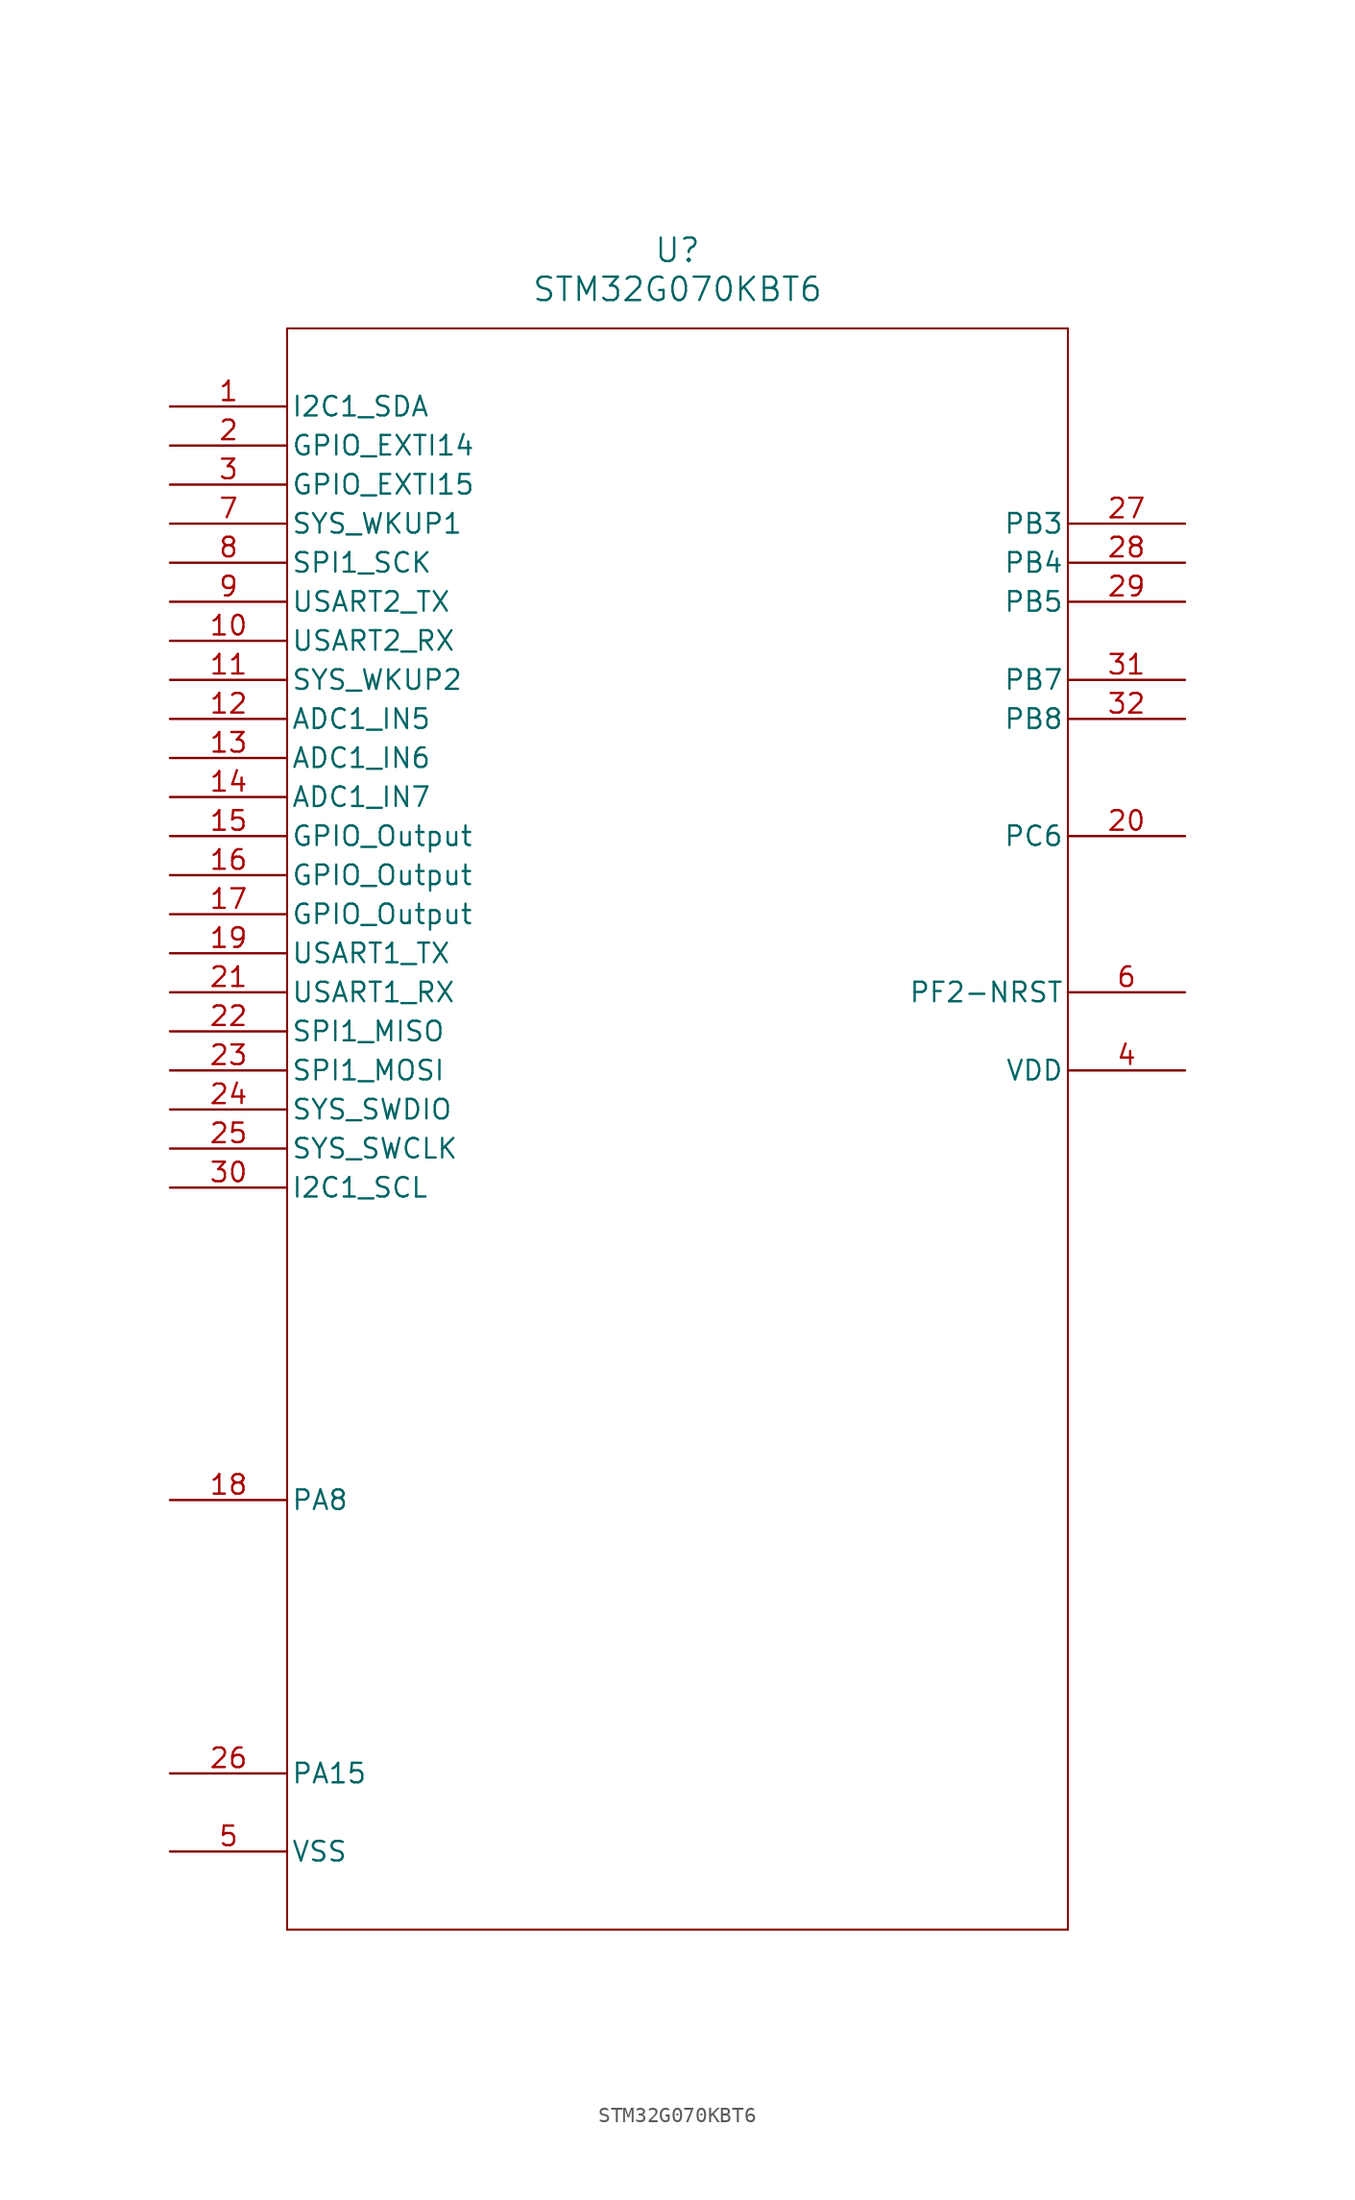
<source format=kicad_sym>
(kicad_symbol_lib
  (version 20211014)
  (generator kicad_symbol_editor)
  (symbol "STM32G070KBT6"
    (pin_names
      (offset 0.254))
    (property "Reference" "U"
      (at 33.02 10.16 0)
      (effects (font (size 1.524 1.524))))
    (property "Value" "STM32G070KBT6"
      (at 33.02 7.62 0)
      (effects (font (size 1.524 1.524))))
    (symbol "STM32G070KBT6_0_1"
      (polyline (pts (xy 7.62 5.08) (xy 7.62 -99.06)) (stroke (width .127) (type default) (color 0 0 0 0)) (fill (type none)))
      (polyline (pts (xy 7.62 -99.06) (xy 58.42 -99.06)) (stroke (width .127) (type default) (color 0 0 0 0)) (fill (type none)))
      (polyline (pts (xy 58.42 -99.06) (xy 58.42 5.08)) (stroke (width .127) (type default) (color 0 0 0 0)) (fill (type none)))
      (polyline (pts (xy 58.42 5.08) (xy 7.62 5.08)) (stroke (width .127) (type default) (color 0 0 0 0)) (fill (type none)))
      (pin unspecified line (at 0 0 0) (length 7.62) (name "I2C1_SDA" (effects (font (size 1.27 1.27)))) (number "1" (effects (font (size 1.27 1.27)))))
      (pin unspecified line (at 0 -2.54 0) (length 7.62) (name "GPIO_EXTI14" (effects (font (size 1.27 1.27)))) (number "2" (effects (font (size 1.27 1.27)))))
      (pin unspecified line (at 0 -5.08 0) (length 7.62) (name "GPIO_EXTI15" (effects (font (size 1.27 1.27)))) (number "3" (effects (font (size 1.27 1.27)))))
      (pin power_in line (at 66.04 -43.18 180) (length 7.62) (name "VDD" (effects (font (size 1.27 1.27)))) (number "4" (effects (font (size 1.27 1.27)))))
      (pin power_in line (at 0 -93.98 0) (length 7.62) (name "VSS" (effects (font (size 1.27 1.27)))) (number "5" (effects (font (size 1.27 1.27)))))
      (pin bidirectional line (at 66.04 -38.1 180) (length 7.62) (name "PF2-NRST" (effects (font (size 1.27 1.27)))) (number "6" (effects (font (size 1.27 1.27)))))
      (pin unspecified line (at 0 -7.62 0) (length 7.62) (name "SYS_WKUP1" (effects (font (size 1.27 1.27)))) (number "7" (effects (font (size 1.27 1.27)))))
      (pin unspecified line (at 0 -10.16 0) (length 7.62) (name "SPI1_SCK" (effects (font (size 1.27 1.27)))) (number "8" (effects (font (size 1.27 1.27)))))
      (pin unspecified line (at 0 -12.7 0) (length 7.62) (name "USART2_TX" (effects (font (size 1.27 1.27)))) (number "9" (effects (font (size 1.27 1.27)))))
      (pin unspecified line (at 0 -15.24 0) (length 7.62) (name "USART2_RX" (effects (font (size 1.27 1.27)))) (number "10" (effects (font (size 1.27 1.27)))))
      (pin unspecified line (at 0 -17.78 0) (length 7.62) (name "SYS_WKUP2" (effects (font (size 1.27 1.27)))) (number "11" (effects (font (size 1.27 1.27)))))
      (pin unspecified line (at 0 -20.32 0) (length 7.62) (name "ADC1_IN5" (effects (font (size 1.27 1.27)))) (number "12" (effects (font (size 1.27 1.27)))))
      (pin unspecified line (at 0 -22.86 0) (length 7.62) (name "ADC1_IN6" (effects (font (size 1.27 1.27)))) (number "13" (effects (font (size 1.27 1.27)))))
      (pin unspecified line (at 0 -25.4 0) (length 7.62) (name "ADC1_IN7" (effects (font (size 1.27 1.27)))) (number "14" (effects (font (size 1.27 1.27)))))
      (pin unspecified line (at 0 -27.94 0) (length 7.62) (name "GPIO_Output" (effects (font (size 1.27 1.27)))) (number "15" (effects (font (size 1.27 1.27)))))
      (pin unspecified line (at 0 -30.48 0) (length 7.62) (name "GPIO_Output" (effects (font (size 1.27 1.27)))) (number "16" (effects (font (size 1.27 1.27)))))
      (pin unspecified line (at 0 -33.02 0) (length 7.62) (name "GPIO_Output" (effects (font (size 1.27 1.27)))) (number "17" (effects (font (size 1.27 1.27)))))
      (pin bidirectional line (at 0 -71.12 0) (length 7.62) (name "PA8" (effects (font (size 1.27 1.27)))) (number "18" (effects (font (size 1.27 1.27)))))
      (pin unspecified line (at 0 -35.56 0) (length 7.62) (name "USART1_TX" (effects (font (size 1.27 1.27)))) (number "19" (effects (font (size 1.27 1.27)))))
      (pin bidirectional line (at 66.04 -27.94 180) (length 7.62) (name "PC6" (effects (font (size 1.27 1.27)))) (number "20" (effects (font (size 1.27 1.27)))))
      (pin unspecified line (at 0 -38.1 0) (length 7.62) (name "USART1_RX" (effects (font (size 1.27 1.27)))) (number "21" (effects (font (size 1.27 1.27)))))
      (pin unspecified line (at 0 -40.64 0) (length 7.62) (name "SPI1_MISO" (effects (font (size 1.27 1.27)))) (number "22" (effects (font (size 1.27 1.27)))))
      (pin unspecified line (at 0 -43.18 0) (length 7.62) (name "SPI1_MOSI" (effects (font (size 1.27 1.27)))) (number "23" (effects (font (size 1.27 1.27)))))
      (pin unspecified line (at 0 -45.72 0) (length 7.62) (name "SYS_SWDIO" (effects (font (size 1.27 1.27)))) (number "24" (effects (font (size 1.27 1.27)))))
      (pin unspecified line (at 0 -48.26 0) (length 7.62) (name "SYS_SWCLK" (effects (font (size 1.27 1.27)))) (number "25" (effects (font (size 1.27 1.27)))))
      (pin bidirectional line (at 0 -88.9 0) (length 7.62) (name "PA15" (effects (font (size 1.27 1.27)))) (number "26" (effects (font (size 1.27 1.27)))))
      (pin bidirectional line (at 66.04 -7.62 180) (length 7.62) (name "PB3" (effects (font (size 1.27 1.27)))) (number "27" (effects (font (size 1.27 1.27)))))
      (pin bidirectional line (at 66.04 -10.16 180) (length 7.62) (name "PB4" (effects (font (size 1.27 1.27)))) (number "28" (effects (font (size 1.27 1.27)))))
      (pin bidirectional line (at 66.04 -12.7 180) (length 7.62) (name "PB5" (effects (font (size 1.27 1.27)))) (number "29" (effects (font (size 1.27 1.27)))))
      (pin unspecified line (at 0 -50.8 0) (length 7.62) (name "I2C1_SCL" (effects (font (size 1.27 1.27)))) (number "30" (effects (font (size 1.27 1.27)))))
      (pin bidirectional line (at 66.04 -17.78 180) (length 7.62) (name "PB7" (effects (font (size 1.27 1.27)))) (number "31" (effects (font (size 1.27 1.27)))))
      (pin bidirectional line (at 66.04 -20.32 180) (length 7.62) (name "PB8" (effects (font (size 1.27 1.27)))) (number "32" (effects (font (size 1.27 1.27))))))))
</source>
